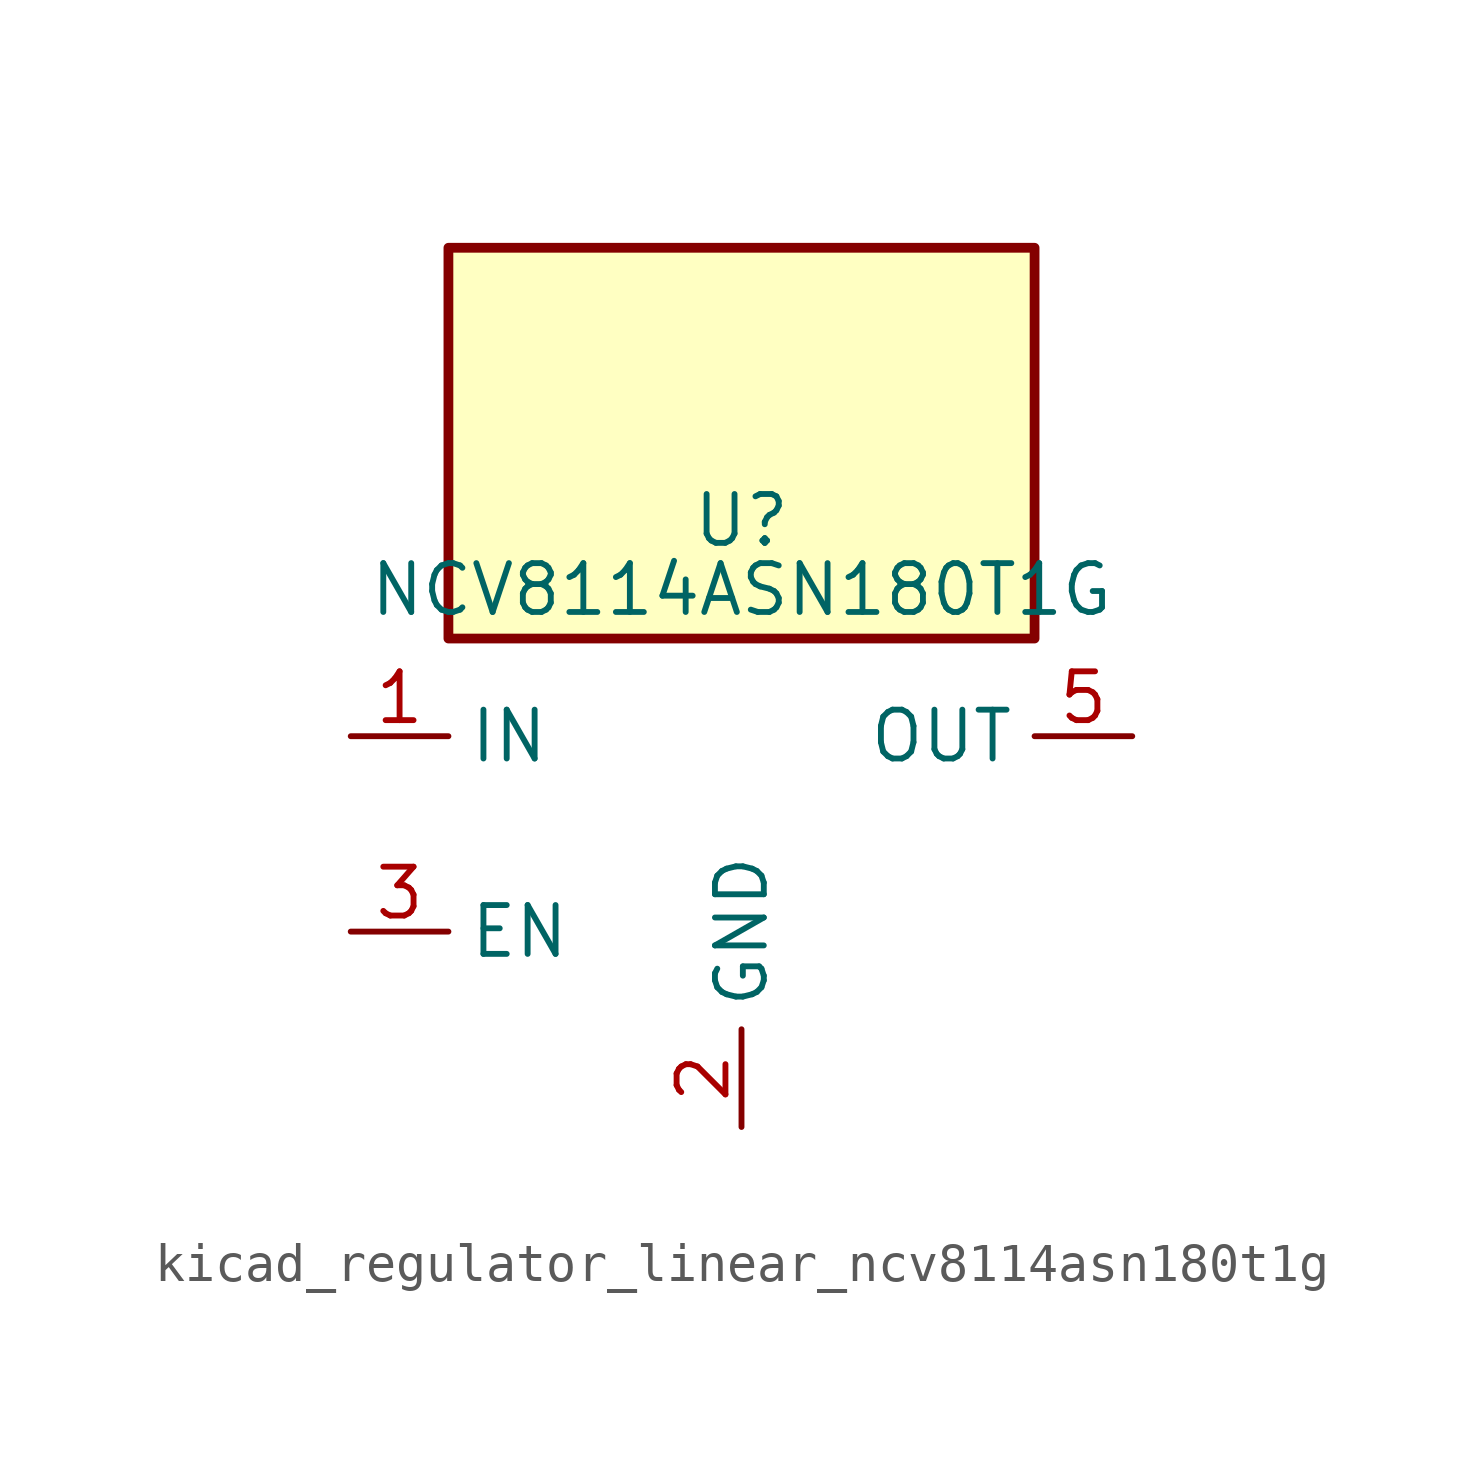
<source format=kicad_sym>
(kicad_symbol_lib
  (version 20220914)
  (generator kicad_symbol_editor)
  (symbol "kicad_regulator_linear_ncv8114asn180t1g"
    (property "Reference" "U"
      (at 0 8.89 0)
      (effects (font (size 1.27 1.27)) (justify top)))
    (property "Value" "NCV8114ASN180T1G"
      (at 0 6.35 0)
      (effects (font (size 1.27 1.27))))
    (symbol "kicad_regulator_linear_ncv8114asn180t1g_0_1"
      (rectangle (start 7.62 15.24) (end -7.62 5.08) (stroke (width 0.254) (type default)) (fill (type background))))
    (symbol "kicad_regulator_linear_ncv8114asn180t1g_1_1"
      (pin power_in line (at -10.16 2.54 0) (length 2.54) (name "IN" (effects (font (size 1.27 1.27)))) (number "1" (effects (font (size 1.27 1.27)))))
      (pin power_in line (at 0 -7.62 90) (length 2.54) (name "GND" (effects (font (size 1.27 1.27)))) (number "2" (effects (font (size 1.27 1.27)))))
      (pin input line (at -10.16 -2.54 0) (length 2.54) (name "EN" (effects (font (size 1.27 1.27)))) (number "3" (effects (font (size 1.27 1.27)))))
      (pin no_connect line (at 7.62 -2.54 180) (length 2.54) hide (name "NC" (effects (font (size 1.27 1.27)))) (number "4" (effects (font (size 1.27 1.27)))))
      (pin power_out line (at 10.16 2.54 180) (length 2.54) (name "OUT" (effects (font (size 1.27 1.27)))) (number "5" (effects (font (size 1.27 1.27))))))))
</source>
